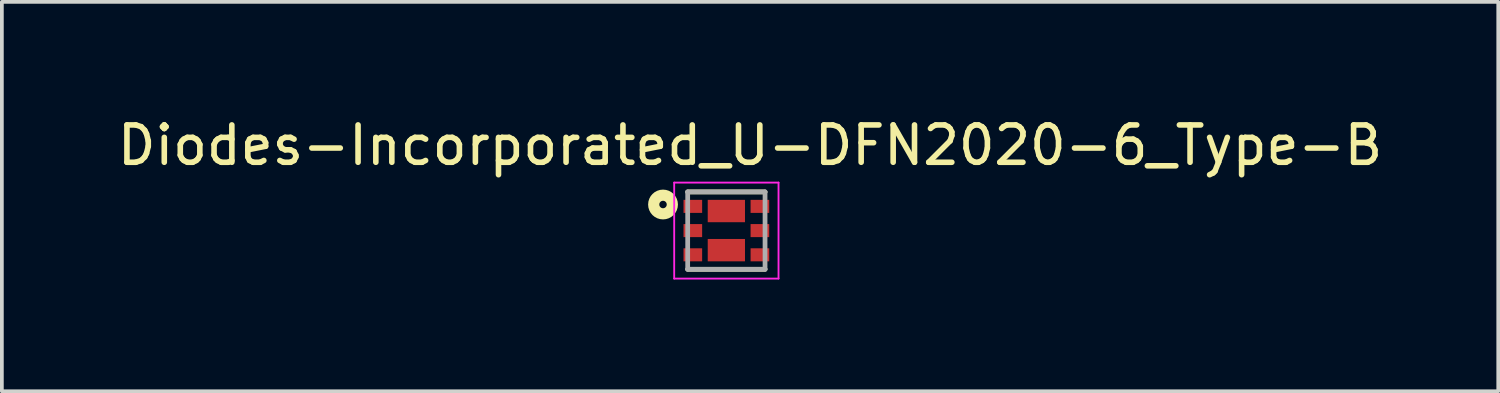
<source format=kicad_pcb>
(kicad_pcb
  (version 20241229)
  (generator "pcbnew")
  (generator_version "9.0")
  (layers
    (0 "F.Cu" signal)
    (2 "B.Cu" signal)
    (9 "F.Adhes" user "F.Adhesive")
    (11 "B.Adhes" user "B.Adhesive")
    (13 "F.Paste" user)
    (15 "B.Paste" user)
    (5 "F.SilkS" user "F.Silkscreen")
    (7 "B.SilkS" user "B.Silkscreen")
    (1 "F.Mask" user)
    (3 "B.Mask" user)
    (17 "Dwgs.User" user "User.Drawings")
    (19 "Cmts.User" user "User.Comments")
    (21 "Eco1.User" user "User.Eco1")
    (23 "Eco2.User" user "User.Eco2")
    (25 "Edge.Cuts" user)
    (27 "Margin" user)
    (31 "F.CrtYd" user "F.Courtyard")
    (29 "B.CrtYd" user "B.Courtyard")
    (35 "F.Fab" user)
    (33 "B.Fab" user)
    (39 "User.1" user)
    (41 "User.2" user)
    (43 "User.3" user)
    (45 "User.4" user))
  (footprint "Diodes-Incorporated_U-DFN2020-6_Type-B"
    (layer "F.Cu")
    (at 16.445 3.139)
    (property "Reference" "Diodes-Incorporated_U-DFN2020-6_Type-B" (at 0.636 -2.29 0) (layer "F.SilkS") (effects (font (size 1.002 1.002) (thickness 0.15))))
    (attr smd)
    (fp_line (start -1.038 -1.038) (end 1.038 -1.038) (stroke (width 0.127) (type solid)) (layer "F.SilkS"))
    (fp_line (start 1.038 1.038) (end -1.038 1.038) (stroke (width 0.127) (type solid)) (layer "F.SilkS"))
    (fp_circle (center -1.7 -0.7) (end -1.6 -0.7) (stroke (width 0.3) (type solid)) (fill no) (layer "F.SilkS"))
    (fp_line (start -1.4 -1.288) (end 1.4 -1.288) (stroke (width 0.05) (type solid)) (layer "F.CrtYd"))
    (fp_line (start -1.4 1.288) (end -1.4 -1.288) (stroke (width 0.05) (type solid)) (layer "F.CrtYd"))
    (fp_line (start 1.4 -1.288) (end 1.4 1.288) (stroke (width 0.05) (type solid)) (layer "F.CrtYd"))
    (fp_line (start 1.4 1.288) (end -1.4 1.288) (stroke (width 0.05) (type solid)) (layer "F.CrtYd"))
    (fp_line (start -1.038 -1.038) (end 1.038 -1.038) (stroke (width 0.127) (type solid)) (layer "F.Fab"))
    (fp_line (start -1.038 1.038) (end -1.038 -1.038) (stroke (width 0.127) (type solid)) (layer "F.Fab"))
    (fp_line (start 1.038 -1.038) (end 1.038 1.038) (stroke (width 0.127) (type solid)) (layer "F.Fab"))
    (fp_line (start 1.038 1.038) (end -1.038 1.038) (stroke (width 0.127) (type solid)) (layer "F.Fab"))
    (pad "1" smd rect (at -0.9 -0.65) (size 0.5 0.35) (layers "F.Cu" "F.Mask" "F.Paste"))
    (pad "2" smd rect (at -0.9 0) (size 0.5 0.35) (layers "F.Cu" "F.Mask" "F.Paste"))
    (pad "3" smd rect (at -0.9 0.65) (size 0.5 0.35) (layers "F.Cu" "F.Mask" "F.Paste"))
    (pad "4" smd rect (at 0.9 0.65) (size 0.5 0.35) (layers "F.Cu" "F.Mask" "F.Paste"))
    (pad "5" smd rect (at 0.9 0) (size 0.5 0.35) (layers "F.Cu" "F.Mask" "F.Paste"))
    (pad "6" smd rect (at 0.9 -0.65) (size 0.5 0.35) (layers "F.Cu" "F.Mask" "F.Paste"))
    (pad "7" smd rect (at 0 -0.525 270) (size 0.6 1) (layers "F.Cu" "F.Mask" "F.Paste"))
    (pad "8" smd rect (at 0 0.525 270) (size 0.6 1) (layers "F.Cu" "F.Mask" "F.Paste")))
  (gr_rect
    (start -3 -3)
    (end 37.162 7.451)
    (stroke (width 0.1) (type default))
    (fill no)
    (layer "Edge.Cuts")))
</source>
